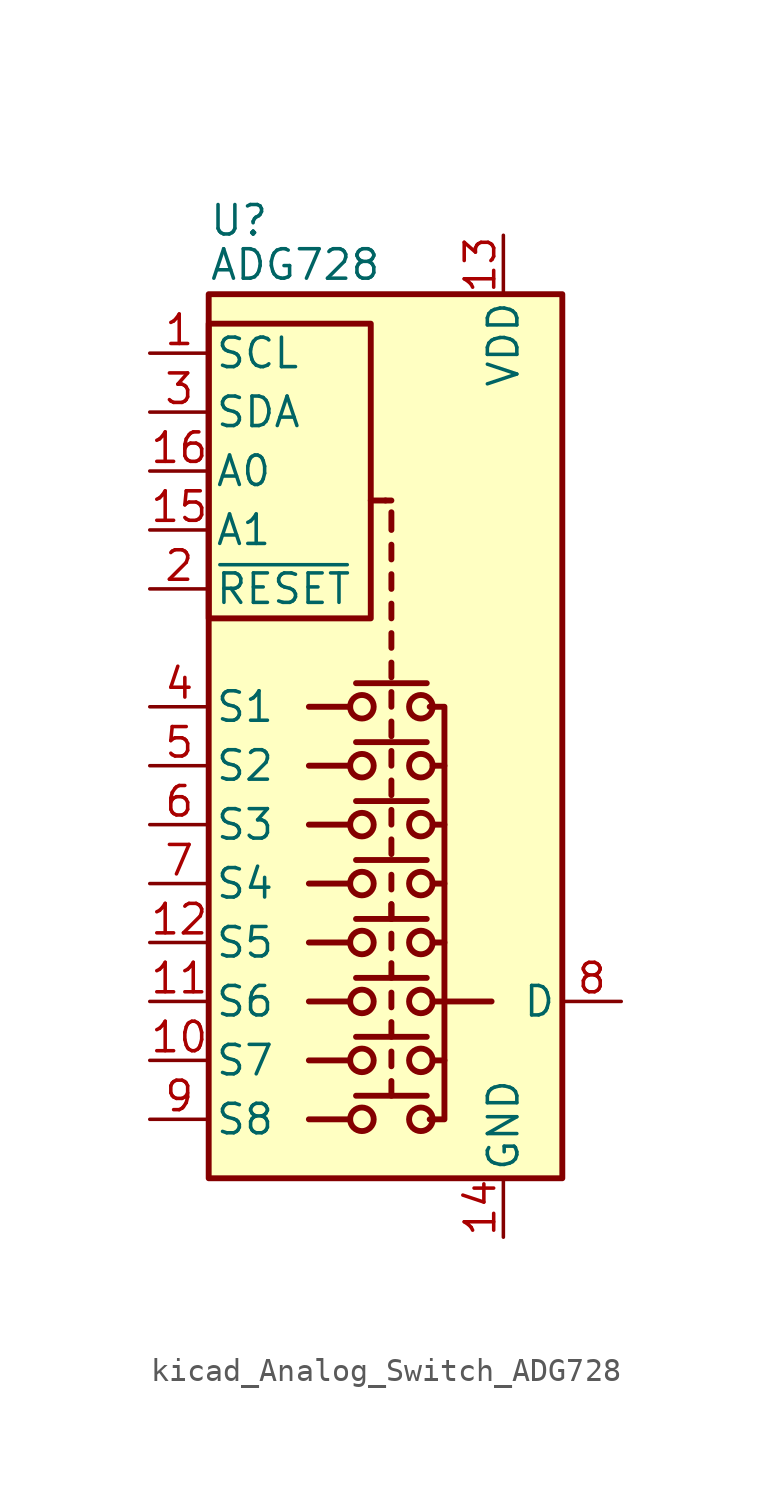
<source format=kicad_sym>
(kicad_symbol_lib
  (version 20220914)
  (generator kicad_symbol_editor)
  (symbol "kicad_Analog_Switch_ADG728"
    (pin_names
      (offset 0.254))
    (property "Reference" "U"
      (at -7.62 23.495 0)
      (effects (font (size 1.27 1.27)) (justify left)))
    (property "Value" "ADG728"
      (at -7.62 21.59 0)
      (effects (font (size 1.27 1.27)) (justify left)))
    (symbol "kicad_Analog_Switch_ADG728_0_1"
      (rectangle (start -7.62 6.35) (end -0.635 19.05) (stroke (width 0.254) (type default)) (fill (type none)))
      (rectangle (start -7.62 20.32) (end 7.62 -17.78) (stroke (width 0.254) (type default)) (fill (type background)))
      (circle (center -1.016 -15.24) (radius 0.508) (stroke (width 0.254) (type default)) (fill (type none)))
      (circle (center -1.016 -12.7) (radius 0.508) (stroke (width 0.254) (type default)) (fill (type none)))
      (circle (center -1.016 -10.16) (radius 0.508) (stroke (width 0.254) (type default)) (fill (type none)))
      (circle (center -1.016 -7.62) (radius 0.508) (stroke (width 0.254) (type default)) (fill (type none)))
      (circle (center -1.016 -5.08) (radius 0.508) (stroke (width 0.254) (type default)) (fill (type none)))
      (circle (center -1.016 -2.54) (radius 0.508) (stroke (width 0.254) (type default)) (fill (type none)))
      (circle (center -1.016 0) (radius 0.508) (stroke (width 0.254) (type default)) (fill (type none)))
      (circle (center -1.016 2.54) (radius 0.508) (stroke (width 0.254) (type default)) (fill (type none)))
      (polyline (pts (xy -1.524 -15.24) (xy -3.302 -15.24)) (stroke (width 0.254) (type default)) (fill (type none)))
      (polyline (pts (xy -1.524 -12.7) (xy -3.302 -12.7)) (stroke (width 0.254) (type default)) (fill (type none)))
      (polyline (pts (xy -1.524 -10.16) (xy -3.302 -10.16)) (stroke (width 0.254) (type default)) (fill (type none)))
      (polyline (pts (xy -1.524 -7.62) (xy -3.302 -7.62)) (stroke (width 0.254) (type default)) (fill (type none)))
      (polyline (pts (xy -1.524 -5.08) (xy -3.302 -5.08)) (stroke (width 0.254) (type default)) (fill (type none)))
      (polyline (pts (xy -1.524 -2.54) (xy -3.302 -2.54)) (stroke (width 0.254) (type default)) (fill (type none)))
      (polyline (pts (xy -1.524 0) (xy -3.302 0)) (stroke (width 0.254) (type default)) (fill (type none)))
      (polyline (pts (xy -1.524 2.54) (xy -3.302 2.54)) (stroke (width 0.254) (type default)) (fill (type none)))
      (polyline (pts (xy -1.27 -14.224) (xy 1.778 -14.224)) (stroke (width 0.254) (type default)) (fill (type none)))
      (polyline (pts (xy -1.27 -11.684) (xy 1.778 -11.684)) (stroke (width 0.254) (type default)) (fill (type none)))
      (polyline (pts (xy -1.27 -9.144) (xy 1.778 -9.144)) (stroke (width 0.254) (type default)) (fill (type none)))
      (polyline (pts (xy -1.27 -6.604) (xy 1.778 -6.604)) (stroke (width 0.254) (type default)) (fill (type none)))
      (polyline (pts (xy -1.27 -4.064) (xy 1.778 -4.064)) (stroke (width 0.254) (type default)) (fill (type none)))
      (polyline (pts (xy -1.27 -1.524) (xy 1.778 -1.524)) (stroke (width 0.254) (type default)) (fill (type none)))
      (polyline (pts (xy -1.27 1.016) (xy 1.778 1.016)) (stroke (width 0.254) (type default)) (fill (type none)))
      (polyline (pts (xy -1.27 3.556) (xy 1.778 3.556)) (stroke (width 0.254) (type default)) (fill (type none)))
      (polyline (pts (xy -0.635 11.43) (xy 0 11.43)) (stroke (width 0.254) (type default)) (fill (type none)))
      (polyline (pts (xy 0.254 -14.224) (xy 0.254 -13.589)) (stroke (width 0.254) (type default)) (fill (type none)))
      (polyline (pts (xy 0.254 -12.954) (xy 0.254 -12.319)) (stroke (width 0.254) (type default)) (fill (type none)))
      (polyline (pts (xy 0.254 -11.684) (xy 0.254 -11.049)) (stroke (width 0.254) (type default)) (fill (type none)))
      (polyline (pts (xy 0.254 -10.414) (xy 0.254 -9.779)) (stroke (width 0.254) (type default)) (fill (type none)))
      (polyline (pts (xy 0.254 -9.144) (xy 0.254 -8.509)) (stroke (width 0.254) (type default)) (fill (type none)))
      (polyline (pts (xy 0.254 -7.874) (xy 0.254 -7.239)) (stroke (width 0.254) (type default)) (fill (type none)))
      (polyline (pts (xy 0.254 -6.604) (xy 0.254 -5.969)) (stroke (width 0.254) (type default)) (fill (type none)))
      (polyline (pts (xy 0.254 -6.604) (xy 0.254 -5.969)) (stroke (width 0.254) (type default)) (fill (type none)))
      (polyline (pts (xy 0.254 -5.334) (xy 0.254 -4.699)) (stroke (width 0.254) (type default)) (fill (type none)))
      (polyline (pts (xy 0.254 -3.81) (xy 0.254 -3.175)) (stroke (width 0.254) (type default)) (fill (type none)))
      (polyline (pts (xy 0.254 -2.54) (xy 0.254 -1.905)) (stroke (width 0.254) (type default)) (fill (type none)))
      (polyline (pts (xy 0.254 -1.27) (xy 0.254 -0.635)) (stroke (width 0.254) (type default)) (fill (type none)))
      (polyline (pts (xy 0.254 0) (xy 0.254 0.635)) (stroke (width 0.254) (type default)) (fill (type none)))
      (polyline (pts (xy 0.254 1.27) (xy 0.254 1.905)) (stroke (width 0.254) (type default)) (fill (type none)))
      (polyline (pts (xy 0.254 2.54) (xy 0.254 3.175)) (stroke (width 0.254) (type default)) (fill (type none)))
      (polyline (pts (xy 0.254 3.81) (xy 0.254 4.445)) (stroke (width 0.254) (type default)) (fill (type none)))
      (polyline (pts (xy 0.254 5.08) (xy 0.254 5.715)) (stroke (width 0.254) (type default)) (fill (type none)))
      (polyline (pts (xy 0.254 6.35) (xy 0.254 6.985)) (stroke (width 0.254) (type default)) (fill (type none)))
      (polyline (pts (xy 0.254 7.62) (xy 0.254 8.255)) (stroke (width 0.254) (type default)) (fill (type none)))
      (polyline (pts (xy 0.254 8.89) (xy 0.254 9.525)) (stroke (width 0.254) (type default)) (fill (type none)))
      (polyline (pts (xy 0.254 10.16) (xy 0.254 10.922)) (stroke (width 0.254) (type default)) (fill (type none)))
      (polyline (pts (xy 0.254 11.43) (xy 0 11.43)) (stroke (width 0.254) (type default)) (fill (type none)))
      (polyline (pts (xy 2.032 -12.7) (xy 2.54 -12.7)) (stroke (width 0.254) (type default)) (fill (type none)))
      (polyline (pts (xy 2.032 -10.16) (xy 2.54 -10.16)) (stroke (width 0.254) (type default)) (fill (type none)))
      (polyline (pts (xy 2.032 -7.62) (xy 2.54 -7.62)) (stroke (width 0.254) (type default)) (fill (type none)))
      (polyline (pts (xy 2.032 -5.08) (xy 2.54 -5.08)) (stroke (width 0.254) (type default)) (fill (type none)))
      (polyline (pts (xy 2.032 -2.54) (xy 2.54 -2.54)) (stroke (width 0.254) (type default)) (fill (type none)))
      (polyline (pts (xy 2.032 0) (xy 2.54 0)) (stroke (width 0.254) (type default)) (fill (type none)))
      (polyline (pts (xy 4.572 -10.16) (xy 2.54 -10.16)) (stroke (width 0.254) (type default)) (fill (type none)))
      (polyline (pts (xy 1.905 2.54) (xy 2.54 2.54) (xy 2.54 -15.24) (xy 1.905 -15.24)) (stroke (width 0.254) (type default)) (fill (type none)))
      (circle (center 1.524 -15.24) (radius 0.508) (stroke (width 0.254) (type default)) (fill (type none)))
      (circle (center 1.524 -12.7) (radius 0.508) (stroke (width 0.254) (type default)) (fill (type none)))
      (circle (center 1.524 -10.16) (radius 0.508) (stroke (width 0.254) (type default)) (fill (type none)))
      (circle (center 1.524 -7.62) (radius 0.508) (stroke (width 0.254) (type default)) (fill (type none)))
      (circle (center 1.524 -5.08) (radius 0.508) (stroke (width 0.254) (type default)) (fill (type none)))
      (circle (center 1.524 -2.54) (radius 0.508) (stroke (width 0.254) (type default)) (fill (type none)))
      (circle (center 1.524 0) (radius 0.508) (stroke (width 0.254) (type default)) (fill (type none)))
      (circle (center 1.524 2.54) (radius 0.508) (stroke (width 0.254) (type default)) (fill (type none))))
    (symbol "kicad_Analog_Switch_ADG728_1_1"
      (pin input line (at -10.16 17.78 0) (length 2.54) (name "SCL" (effects (font (size 1.27 1.27)))) (number "1" (effects (font (size 1.27 1.27)))))
      (pin bidirectional line (at -10.16 -12.7 0) (length 2.54) (name "S7" (effects (font (size 1.27 1.27)))) (number "10" (effects (font (size 1.27 1.27)))))
      (pin bidirectional line (at -10.16 -10.16 0) (length 2.54) (name "S6" (effects (font (size 1.27 1.27)))) (number "11" (effects (font (size 1.27 1.27)))))
      (pin bidirectional line (at -10.16 -7.62 0) (length 2.54) (name "S5" (effects (font (size 1.27 1.27)))) (number "12" (effects (font (size 1.27 1.27)))))
      (pin power_in line (at 5.08 22.86 270) (length 2.54) (name "VDD" (effects (font (size 1.27 1.27)))) (number "13" (effects (font (size 1.27 1.27)))))
      (pin power_in line (at 5.08 -20.32 90) (length 2.54) (name "GND" (effects (font (size 1.27 1.27)))) (number "14" (effects (font (size 1.27 1.27)))))
      (pin input line (at -10.16 10.16 0) (length 2.54) (name "A1" (effects (font (size 1.27 1.27)))) (number "15" (effects (font (size 1.27 1.27)))))
      (pin input line (at -10.16 12.7 0) (length 2.54) (name "A0" (effects (font (size 1.27 1.27)))) (number "16" (effects (font (size 1.27 1.27)))))
      (pin input line (at -10.16 7.62 0) (length 2.54) (name "~{RESET}" (effects (font (size 1.27 1.27)))) (number "2" (effects (font (size 1.27 1.27)))))
      (pin bidirectional line (at -10.16 15.24 0) (length 2.54) (name "SDA" (effects (font (size 1.27 1.27)))) (number "3" (effects (font (size 1.27 1.27)))))
      (pin bidirectional line (at -10.16 2.54 0) (length 2.54) (name "S1" (effects (font (size 1.27 1.27)))) (number "4" (effects (font (size 1.27 1.27)))))
      (pin bidirectional line (at -10.16 0 0) (length 2.54) (name "S2" (effects (font (size 1.27 1.27)))) (number "5" (effects (font (size 1.27 1.27)))))
      (pin bidirectional line (at -10.16 -2.54 0) (length 2.54) (name "S3" (effects (font (size 1.27 1.27)))) (number "6" (effects (font (size 1.27 1.27)))))
      (pin bidirectional line (at -10.16 -5.08 0) (length 2.54) (name "S4" (effects (font (size 1.27 1.27)))) (number "7" (effects (font (size 1.27 1.27)))))
      (pin bidirectional line (at 10.16 -10.16 180) (length 2.54) (name "D" (effects (font (size 1.27 1.27)))) (number "8" (effects (font (size 1.27 1.27)))))
      (pin bidirectional line (at -10.16 -15.24 0) (length 2.54) (name "S8" (effects (font (size 1.27 1.27)))) (number "9" (effects (font (size 1.27 1.27))))))))
</source>
